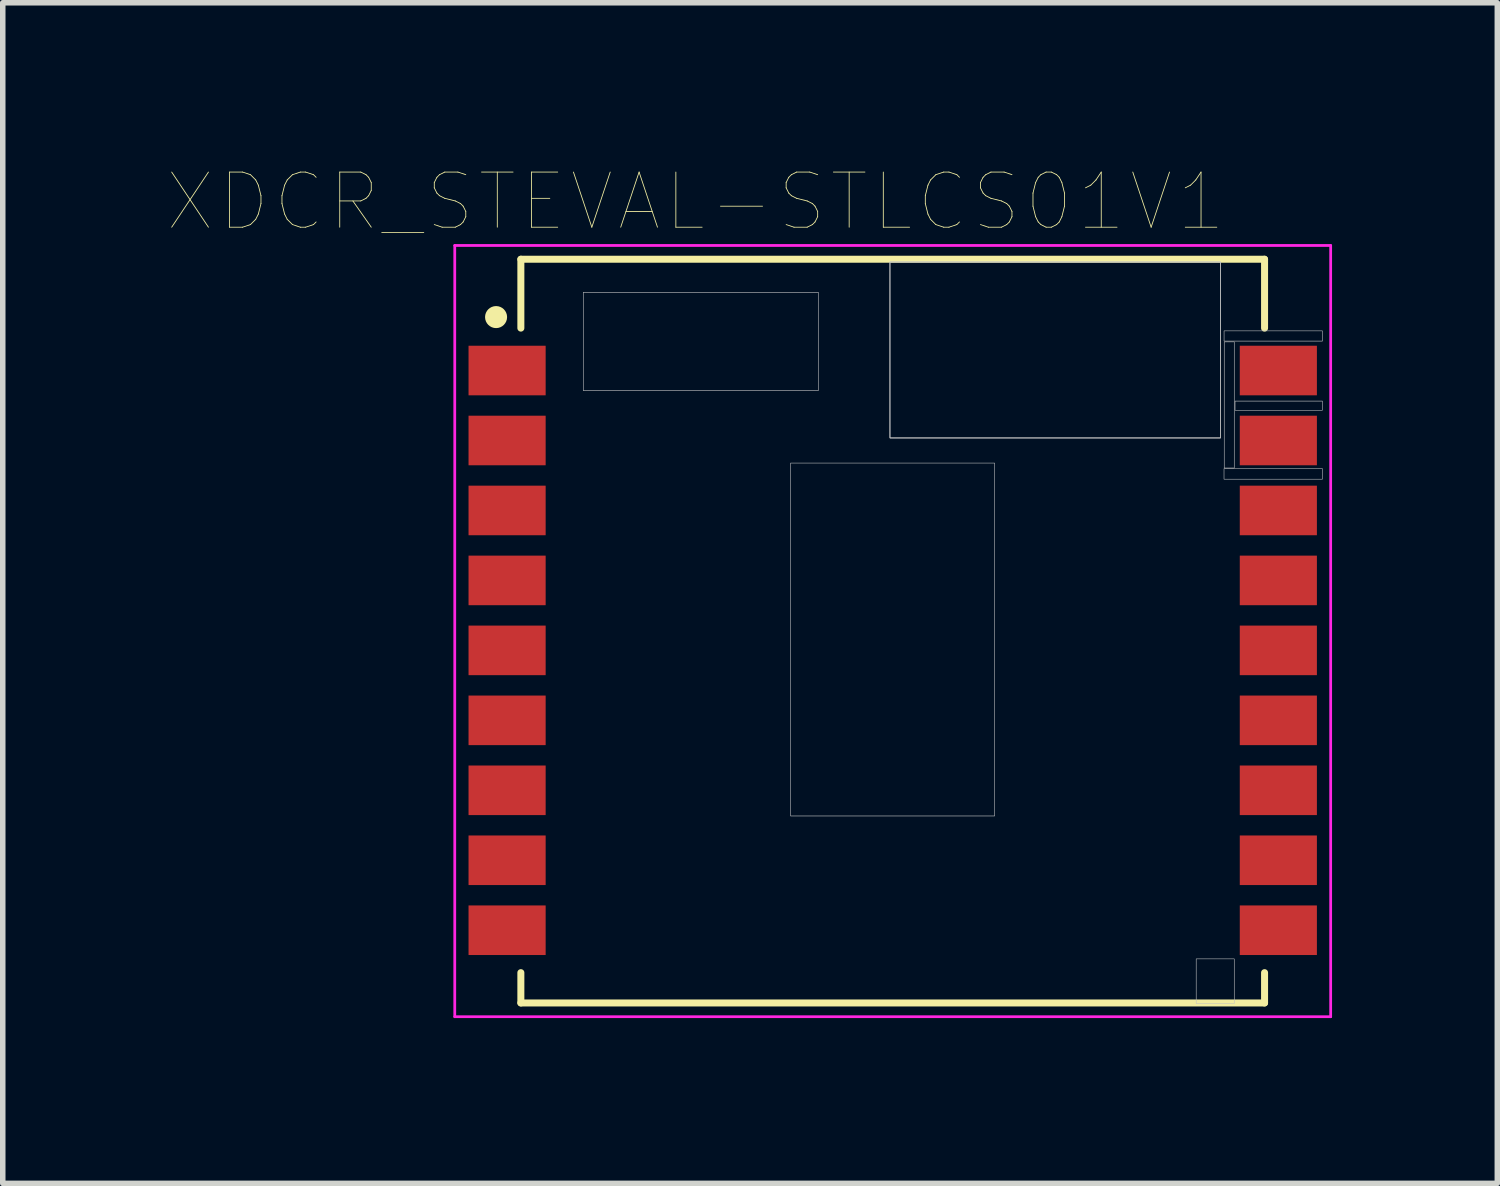
<source format=kicad_pcb>
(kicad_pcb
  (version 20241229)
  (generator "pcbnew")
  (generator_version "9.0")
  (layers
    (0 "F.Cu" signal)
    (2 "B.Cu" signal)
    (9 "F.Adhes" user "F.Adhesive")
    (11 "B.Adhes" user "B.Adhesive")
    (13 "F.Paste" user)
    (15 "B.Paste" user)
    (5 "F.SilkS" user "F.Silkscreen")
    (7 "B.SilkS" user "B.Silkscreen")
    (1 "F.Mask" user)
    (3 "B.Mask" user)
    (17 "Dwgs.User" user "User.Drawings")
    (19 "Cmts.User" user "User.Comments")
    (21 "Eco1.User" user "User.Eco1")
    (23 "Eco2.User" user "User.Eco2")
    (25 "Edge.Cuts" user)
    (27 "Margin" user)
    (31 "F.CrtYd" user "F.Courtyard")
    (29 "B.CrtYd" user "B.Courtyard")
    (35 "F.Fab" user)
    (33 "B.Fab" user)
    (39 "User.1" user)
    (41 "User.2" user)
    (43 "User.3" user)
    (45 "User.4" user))
  (footprint "XDCR_STEVAL-STLCS01V1"
    (layer "F.Cu")
    (at 13.155 8.756)
    (property "Reference" "XDCR_STEVAL-STLCS01V1" (at -3.579 -8.144 0) (layer "F.SilkS") (effects (font (size 1.001 1.001) (thickness 0.015))))
    (attr through_hole)
    (fp_line (start -6.75 -7.1) (end 6.75 -7.1) (stroke (width 0.127) (type solid)) (layer "F.SilkS"))
    (fp_line (start -6.75 -5.85) (end -6.75 -7.1) (stroke (width 0.127) (type solid)) (layer "F.SilkS"))
    (fp_line (start -6.75 5.85) (end -6.75 6.4) (stroke (width 0.127) (type solid)) (layer "F.SilkS"))
    (fp_line (start -6.75 6.4) (end 6.75 6.4) (stroke (width 0.127) (type solid)) (layer "F.SilkS"))
    (fp_line (start 6.75 -7.1) (end 6.75 -5.85) (stroke (width 0.127) (type solid)) (layer "F.SilkS"))
    (fp_line (start 6.75 6.4) (end 6.75 5.85) (stroke (width 0.127) (type solid)) (layer "F.SilkS"))
    (fp_circle (center -7.2 -6.05) (end -7.1 -6.05) (stroke (width 0.2) (type solid)) (fill no) (layer "F.SilkS"))
    (fp_poly (pts (xy -5.617 -6.5) (xy -1.35 -6.5) (xy -1.35 -4.715) (xy -5.617 -4.715)) (stroke (width 0.01) (type solid)) (fill no) (layer "Dwgs.User"))
    (fp_poly (pts (xy -1.854 -3.4) (xy 1.85 -3.4) (xy 1.85 3.006) (xy -1.854 3.006)) (stroke (width 0.01) (type solid)) (fill no) (layer "Dwgs.User"))
    (fp_poly (pts (xy -0.05 -7.05) (xy 5.95 -7.05) (xy 5.95 -3.861) (xy -0.05 -3.861)) (stroke (width 0.01) (type solid)) (fill no) (layer "Dwgs.User"))
    (fp_poly (pts (xy -0.05 -7.05) (xy 5.95 -7.05) (xy 5.95 -3.855) (xy -0.05 -3.855)) (stroke (width 0.01) (type solid)) (fill no) (layer "Dwgs.User"))
    (fp_poly (pts (xy -0.05 -7.05) (xy 5.95 -7.05) (xy 5.95 -3.853) (xy -0.05 -3.853)) (stroke (width 0.01) (type solid)) (fill no) (layer "Dwgs.User"))
    (fp_poly (pts (xy 5.509 5.6) (xy 6.2 5.6) (xy 6.2 6.411) (xy 5.509 6.411)) (stroke (width 0.01) (type solid)) (fill no) (layer "Dwgs.User"))
    (fp_poly (pts (xy 6.014 -3.3) (xy 7.8 -3.3) (xy 7.8 -3.107) (xy 6.014 -3.107)) (stroke (width 0.01) (type solid)) (fill no) (layer "Dwgs.User"))
    (fp_poly (pts (xy 6.015 -5.8) (xy 7.8 -5.8) (xy 7.8 -5.614) (xy 6.015 -5.614)) (stroke (width 0.01) (type solid)) (fill no) (layer "Dwgs.User"))
    (fp_poly (pts (xy 6.018 -5.6) (xy 6.2 -5.6) (xy 6.2 -3.31) (xy 6.018 -3.31)) (stroke (width 0.01) (type solid)) (fill no) (layer "Dwgs.User"))
    (fp_poly (pts (xy 6.214 -4.525) (xy 7.8 -4.525) (xy 7.8 -4.359) (xy 6.214 -4.359)) (stroke (width 0.01) (type solid)) (fill no) (layer "Dwgs.User"))
    (fp_line (start -7.95 -7.35) (end -7.95 6.65) (stroke (width 0.05) (type solid)) (layer "F.CrtYd"))
    (fp_line (start -7.95 6.65) (end 7.95 6.65) (stroke (width 0.05) (type solid)) (layer "F.CrtYd"))
    (fp_line (start 7.95 -7.35) (end -7.95 -7.35) (stroke (width 0.05) (type solid)) (layer "F.CrtYd"))
    (fp_line (start 7.95 6.65) (end 7.95 -7.35) (stroke (width 0.05) (type solid)) (layer "F.CrtYd"))
    (pad "1" smd rect (at -7 -5.08) (size 1.4 0.9) (layers "F.Cu" "F.Mask" "F.Paste"))
    (pad "2" smd rect (at -7 -3.81) (size 1.4 0.9) (layers "F.Cu" "F.Mask" "F.Paste"))
    (pad "3" smd rect (at -7 -2.54) (size 1.4 0.9) (layers "F.Cu" "F.Mask" "F.Paste"))
    (pad "4" smd rect (at -7 -1.27) (size 1.4 0.9) (layers "F.Cu" "F.Mask" "F.Paste"))
    (pad "5" smd rect (at -7 0) (size 1.4 0.9) (layers "F.Cu" "F.Mask" "F.Paste"))
    (pad "6" smd rect (at -7 1.27) (size 1.4 0.9) (layers "F.Cu" "F.Mask" "F.Paste"))
    (pad "7" smd rect (at -7 2.54) (size 1.4 0.9) (layers "F.Cu" "F.Mask" "F.Paste"))
    (pad "8" smd rect (at -7 3.81) (size 1.4 0.9) (layers "F.Cu" "F.Mask" "F.Paste"))
    (pad "9" smd rect (at -7 5.08) (size 1.4 0.9) (layers "F.Cu" "F.Mask" "F.Paste"))
    (pad "10" smd rect (at 7 5.08) (size 1.4 0.9) (layers "F.Cu" "F.Mask" "F.Paste"))
    (pad "11" smd rect (at 7 3.81) (size 1.4 0.9) (layers "F.Cu" "F.Mask" "F.Paste"))
    (pad "12" smd rect (at 7 2.54) (size 1.4 0.9) (layers "F.Cu" "F.Mask" "F.Paste"))
    (pad "13" smd rect (at 7 1.27) (size 1.4 0.9) (layers "F.Cu" "F.Mask" "F.Paste"))
    (pad "14" smd rect (at 7 0) (size 1.4 0.9) (layers "F.Cu" "F.Mask" "F.Paste"))
    (pad "15" smd rect (at 7 -1.27) (size 1.4 0.9) (layers "F.Cu" "F.Mask" "F.Paste"))
    (pad "16" smd rect (at 7 -2.54) (size 1.4 0.9) (layers "F.Cu" "F.Mask" "F.Paste"))
    (pad "17" smd rect (at 7 -3.81) (size 1.4 0.9) (layers "F.Cu" "F.Mask" "F.Paste"))
    (pad "18" smd rect (at 7 -5.08) (size 1.4 0.9) (layers "F.Cu" "F.Mask" "F.Paste")))
  (gr_rect
    (start -3 -3)
    (end 24.13 18.431)
    (stroke (width 0.1) (type default))
    (fill no)
    (layer "Edge.Cuts")))
</source>
